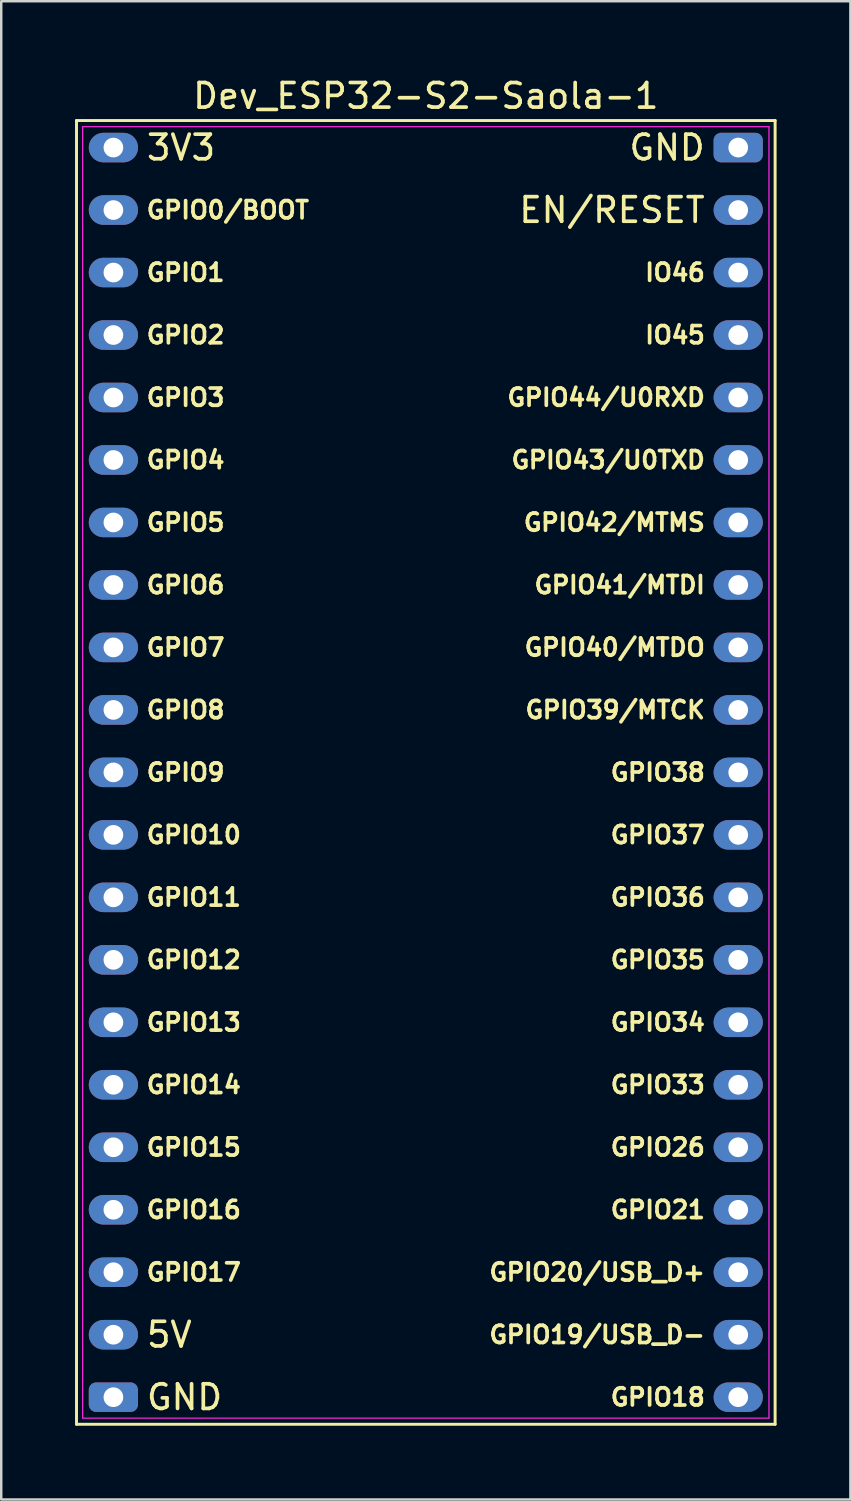
<source format=kicad_pcb>
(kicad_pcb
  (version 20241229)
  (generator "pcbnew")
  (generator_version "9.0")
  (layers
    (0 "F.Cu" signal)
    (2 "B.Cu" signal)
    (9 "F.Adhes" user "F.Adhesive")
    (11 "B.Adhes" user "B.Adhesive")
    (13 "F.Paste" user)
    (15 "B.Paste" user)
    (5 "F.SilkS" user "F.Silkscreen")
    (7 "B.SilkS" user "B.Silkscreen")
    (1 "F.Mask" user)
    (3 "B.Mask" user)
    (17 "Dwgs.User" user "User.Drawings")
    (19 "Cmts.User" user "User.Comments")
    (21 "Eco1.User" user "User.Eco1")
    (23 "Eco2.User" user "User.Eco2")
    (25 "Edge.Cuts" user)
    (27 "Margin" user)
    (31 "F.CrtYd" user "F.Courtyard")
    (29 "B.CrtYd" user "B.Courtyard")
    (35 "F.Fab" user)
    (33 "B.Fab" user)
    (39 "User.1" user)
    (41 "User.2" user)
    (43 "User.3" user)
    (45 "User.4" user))
  (footprint "Dev_ESP32-S2-Saola-1"
    (layer "F.Cu")
    (at 1.556 2.946)
    (property "Reference" "Dev_ESP32-S2-Saola-1" (at 12.704 -2.097 0) (layer "F.SilkS") (effects (font (size 1 1) (thickness 0.15))))
    (fp_line (start -1.496 51.903) (end 26.904 51.903) (stroke (width 0.12) (type solid)) (layer "F.SilkS"))
    (fp_line (start -1.496 -1.097) (end -1.496 51.903) (stroke (width 0.12) (type solid)) (layer "F.SilkS"))
    (fp_line (start 26.904 51.903) (end 26.904 -1.097) (stroke (width 0.12) (type solid)) (layer "F.SilkS"))
    (fp_line (start 26.904 -1.097) (end -1.496 -1.097) (stroke (width 0.12) (type solid)) (layer "F.SilkS"))
    (fp_line (start -1.246 -0.847) (end 26.654 -0.847) (stroke (width 0.05) (type solid)) (layer "F.CrtYd"))
    (fp_line (start -1.246 51.653) (end -1.246 -0.847) (stroke (width 0.05) (type solid)) (layer "F.CrtYd"))
    (fp_line (start 26.654 -0.847) (end 26.654 51.653) (stroke (width 0.05) (type solid)) (layer "F.CrtYd"))
    (fp_line (start 26.654 51.653) (end -1.246 51.653) (stroke (width 0.05) (type solid)) (layer "F.CrtYd"))
    (fp_text user "GPIO21" (at 24.134 43.183 0) (unlocked yes) (layer "F.SilkS") (effects (font (size 0.7 0.7) (thickness 0.15)) (justify right)))
    (fp_text user "EN/RESET" (at 24.134 2.543 0) (unlocked yes) (layer "F.SilkS") (effects (font (size 1 1) (thickness 0.15)) (justify right)))
    (fp_text user "GND" (at 24.134 0.003 0) (unlocked yes) (layer "F.SilkS") (effects (font (size 1 1) (thickness 0.15)) (justify right)))
    (fp_text user "GPIO14" (at 1.274 38.103 0) (unlocked yes) (layer "F.SilkS") (effects (font (size 0.7 0.7) (thickness 0.15)) (justify left)))
    (fp_text user "GPIO20/USB_D+" (at 24.134 45.723 0) (unlocked yes) (layer "F.SilkS") (effects (font (size 0.7 0.7) (thickness 0.15)) (justify right)))
    (fp_text user "GPIO11" (at 1.274 30.483 0) (unlocked yes) (layer "F.SilkS") (effects (font (size 0.7 0.7) (thickness 0.15)) (justify left)))
    (fp_text user "GPIO42/MTMS" (at 24.134 15.243 0) (unlocked yes) (layer "F.SilkS") (effects (font (size 0.7 0.7) (thickness 0.15)) (justify right)))
    (fp_text user "GPIO3" (at 1.274 10.163 0) (unlocked yes) (layer "F.SilkS") (effects (font (size 0.7 0.7) (thickness 0.15)) (justify left)))
    (fp_text user "IO45" (at 24.134 7.623 0) (unlocked yes) (layer "F.SilkS") (effects (font (size 0.7 0.7) (thickness 0.15)) (justify right)))
    (fp_text user "GPIO0/BOOT" (at 1.274 2.543 0) (unlocked yes) (layer "F.SilkS") (effects (font (size 0.7 0.7) (thickness 0.15)) (justify left)))
    (fp_text user "GPIO39/MTCK" (at 24.134 22.863 0) (unlocked yes) (layer "F.SilkS") (effects (font (size 0.7 0.7) (thickness 0.15)) (justify right)))
    (fp_text user "GPIO40/MTDO" (at 24.134 20.323 0) (unlocked yes) (layer "F.SilkS") (effects (font (size 0.7 0.7) (thickness 0.15)) (justify right)))
    (fp_text user "GPIO1" (at 1.274 5.083 0) (unlocked yes) (layer "F.SilkS") (effects (font (size 0.7 0.7) (thickness 0.15)) (justify left)))
    (fp_text user "GPIO41/MTDI" (at 24.134 17.783 0) (unlocked yes) (layer "F.SilkS") (effects (font (size 0.7 0.7) (thickness 0.15)) (justify right)))
    (fp_text user "GPIO34" (at 24.134 35.563 0) (unlocked yes) (layer "F.SilkS") (effects (font (size 0.7 0.7) (thickness 0.15)) (justify right)))
    (fp_text user "GPIO38" (at 24.134 25.403 0) (unlocked yes) (layer "F.SilkS") (effects (font (size 0.7 0.7) (thickness 0.15)) (justify right)))
    (fp_text user "GPIO12" (at 1.274 33.023 0) (unlocked yes) (layer "F.SilkS") (effects (font (size 0.7 0.7) (thickness 0.15)) (justify left)))
    (fp_text user "GPIO7" (at 1.274 20.323 0) (unlocked yes) (layer "F.SilkS") (effects (font (size 0.7 0.7) (thickness 0.15)) (justify left)))
    (fp_text user "GPIO16" (at 1.274 43.183 0) (unlocked yes) (layer "F.SilkS") (effects (font (size 0.7 0.7) (thickness 0.15)) (justify left)))
    (fp_text user "GPIO19/USB_D-" (at 24.134 48.263 0) (unlocked yes) (layer "F.SilkS") (effects (font (size 0.7 0.7) (thickness 0.15)) (justify right)))
    (fp_text user "GPIO33" (at 24.134 38.103 0) (unlocked yes) (layer "F.SilkS") (effects (font (size 0.7 0.7) (thickness 0.15)) (justify right)))
    (fp_text user "GPIO6" (at 1.274 17.783 0) (unlocked yes) (layer "F.SilkS") (effects (font (size 0.7 0.7) (thickness 0.15)) (justify left)))
    (fp_text user "GPIO4" (at 1.274 12.703 0) (unlocked yes) (layer "F.SilkS") (effects (font (size 0.7 0.7) (thickness 0.15)) (justify left)))
    (fp_text user "IO46" (at 24.134 5.083 0) (unlocked yes) (layer "F.SilkS") (effects (font (size 0.7 0.7) (thickness 0.15)) (justify right)))
    (fp_text user "GPIO5" (at 1.274 15.243 0) (unlocked yes) (layer "F.SilkS") (effects (font (size 0.7 0.7) (thickness 0.15)) (justify left)))
    (fp_text user "GPIO8" (at 1.274 22.863 0) (unlocked yes) (layer "F.SilkS") (effects (font (size 0.7 0.7) (thickness 0.15)) (justify left)))
    (fp_text user "GPIO37" (at 24.134 27.943 0) (unlocked yes) (layer "F.SilkS") (effects (font (size 0.7 0.7) (thickness 0.15)) (justify right)))
    (fp_text user "5V" (at 1.274 48.263 0) (unlocked yes) (layer "F.SilkS") (effects (font (size 1 1) (thickness 0.15)) (justify left)))
    (fp_text user "GPIO9" (at 1.274 25.403 0) (unlocked yes) (layer "F.SilkS") (effects (font (size 0.7 0.7) (thickness 0.15)) (justify left)))
    (fp_text user "GPIO18" (at 24.134 50.803 0) (unlocked yes) (layer "F.SilkS") (effects (font (size 0.7 0.7) (thickness 0.15)) (justify right)))
    (fp_text user "GPIO13" (at 1.274 35.563 0) (unlocked yes) (layer "F.SilkS") (effects (font (size 0.7 0.7) (thickness 0.15)) (justify left)))
    (fp_text user "GPIO26" (at 24.134 40.643 0) (unlocked yes) (layer "F.SilkS") (effects (font (size 0.7 0.7) (thickness 0.15)) (justify right)))
    (fp_text user "GPIO10" (at 1.274 27.943 0) (unlocked yes) (layer "F.SilkS") (effects (font (size 0.7 0.7) (thickness 0.15)) (justify left)))
    (fp_text user "GPIO15" (at 1.274 40.643 0) (unlocked yes) (layer "F.SilkS") (effects (font (size 0.7 0.7) (thickness 0.15)) (justify left)))
    (fp_text user "GPIO36" (at 24.134 30.483 0) (unlocked yes) (layer "F.SilkS") (effects (font (size 0.7 0.7) (thickness 0.15)) (justify right)))
    (fp_text user "GPIO44/U0RXD" (at 24.134 10.163 0) (unlocked yes) (layer "F.SilkS") (effects (font (size 0.7 0.7) (thickness 0.15)) (justify right)))
    (fp_text user "GPIO17" (at 1.274 45.723 0) (unlocked yes) (layer "F.SilkS") (effects (font (size 0.7 0.7) (thickness 0.15)) (justify left)))
    (fp_text user "GPIO35" (at 24.134 33.023 0) (unlocked yes) (layer "F.SilkS") (effects (font (size 0.7 0.7) (thickness 0.15)) (justify right)))
    (fp_text user "GND" (at 1.274 50.803 0) (unlocked yes) (layer "F.SilkS") (effects (font (size 1 1) (thickness 0.15)) (justify left)))
    (fp_text user "3V3" (at 1.274 0.003 0) (unlocked yes) (layer "F.SilkS") (effects (font (size 1 1) (thickness 0.15)) (justify left)))
    (fp_text user "GPIO2" (at 1.274 7.623 0) (unlocked yes) (layer "F.SilkS") (effects (font (size 0.7 0.7) (thickness 0.15)) (justify left)))
    (fp_text user "GPIO43/U0TXD" (at 24.134 12.703 0) (unlocked yes) (layer "F.SilkS") (effects (font (size 0.7 0.7) (thickness 0.15)) (justify right)))
    (pad "1" thru_hole oval (at 0.004 0.003 270) (size 1.2 2) (drill 0.8) (layers "*.Cu" "*.Mask"))
    (pad "2" thru_hole oval (at 0.004 2.543 270) (size 1.2 2) (drill 0.8) (layers "*.Cu" "*.Mask"))
    (pad "3" thru_hole oval (at 0.004 5.083 270) (size 1.2 2) (drill 0.8) (layers "*.Cu" "*.Mask"))
    (pad "4" thru_hole oval (at 0.004 7.623 270) (size 1.2 2) (drill 0.8) (layers "*.Cu" "*.Mask"))
    (pad "5" thru_hole oval (at 0.004 10.163 270) (size 1.2 2) (drill 0.8) (layers "*.Cu" "*.Mask"))
    (pad "6" thru_hole oval (at 0.004 12.703 270) (size 1.2 2) (drill 0.8) (layers "*.Cu" "*.Mask"))
    (pad "7" thru_hole oval (at 0.004 15.243 270) (size 1.2 2) (drill 0.8) (layers "*.Cu" "*.Mask"))
    (pad "8" thru_hole oval (at 0.004 17.783 270) (size 1.2 2) (drill 0.8) (layers "*.Cu" "*.Mask"))
    (pad "9" thru_hole oval (at 0.004 20.323 270) (size 1.2 2) (drill 0.8) (layers "*.Cu" "*.Mask"))
    (pad "10" thru_hole oval (at 0.004 22.863 270) (size 1.2 2) (drill 0.8) (layers "*.Cu" "*.Mask"))
    (pad "11" thru_hole oval (at 0.004 25.403 270) (size 1.2 2) (drill 0.8) (layers "*.Cu" "*.Mask"))
    (pad "12" thru_hole oval (at 0.004 27.943 270) (size 1.2 2) (drill 0.8) (layers "*.Cu" "*.Mask"))
    (pad "13" thru_hole oval (at 0.004 30.483 270) (size 1.2 2) (drill 0.8) (layers "*.Cu" "*.Mask"))
    (pad "14" thru_hole oval (at 0.004 33.023 270) (size 1.2 2) (drill 0.8) (layers "*.Cu" "*.Mask"))
    (pad "15" thru_hole oval (at 0.004 35.563 270) (size 1.2 2) (drill 0.8) (layers "*.Cu" "*.Mask"))
    (pad "16" thru_hole oval (at 0.004 38.103 270) (size 1.2 2) (drill 0.8) (layers "*.Cu" "*.Mask"))
    (pad "17" thru_hole oval (at 0.004 40.643 270) (size 1.2 2) (drill 0.8) (layers "*.Cu" "*.Mask"))
    (pad "18" thru_hole oval (at 0.004 43.183 270) (size 1.2 2) (drill 0.8) (layers "*.Cu" "*.Mask"))
    (pad "19" thru_hole oval (at 0.004 45.723 270) (size 1.2 2) (drill 0.8) (layers "*.Cu" "*.Mask"))
    (pad "20" thru_hole oval (at 0.004 48.263 270) (size 1.2 2) (drill 0.8) (layers "*.Cu" "*.Mask"))
    (pad "21" thru_hole roundrect (at 0.004 50.803 270) (size 1.2 2) (drill 0.8) (layers "*.Cu" "*.Mask") (roundrect_rratio 0.25))
    (pad "22" thru_hole oval (at 25.404 50.803 270) (size 1.2 2) (drill 0.8) (layers "*.Cu" "*.Mask"))
    (pad "23" thru_hole oval (at 25.404 48.263 270) (size 1.2 2) (drill 0.8) (layers "*.Cu" "*.Mask"))
    (pad "24" thru_hole oval (at 25.404 45.723 270) (size 1.2 2) (drill 0.8) (layers "*.Cu" "*.Mask"))
    (pad "25" thru_hole oval (at 25.404 43.183 270) (size 1.2 2) (drill 0.8) (layers "*.Cu" "*.Mask"))
    (pad "26" thru_hole oval (at 25.404 40.643 270) (size 1.2 2) (drill 0.8) (layers "*.Cu" "*.Mask"))
    (pad "27" thru_hole oval (at 25.404 38.103 270) (size 1.2 2) (drill 0.8) (layers "*.Cu" "*.Mask"))
    (pad "28" thru_hole oval (at 25.404 35.563 270) (size 1.2 2) (drill 0.8) (layers "*.Cu" "*.Mask"))
    (pad "29" thru_hole oval (at 25.404 33.023 270) (size 1.2 2) (drill 0.8) (layers "*.Cu" "*.Mask"))
    (pad "30" thru_hole oval (at 25.404 30.483 270) (size 1.2 2) (drill 0.8) (layers "*.Cu" "*.Mask"))
    (pad "31" thru_hole oval (at 25.404 27.943 270) (size 1.2 2) (drill 0.8) (layers "*.Cu" "*.Mask"))
    (pad "32" thru_hole oval (at 25.404 25.403 270) (size 1.2 2) (drill 0.8) (layers "*.Cu" "*.Mask"))
    (pad "33" thru_hole oval (at 25.404 22.863 270) (size 1.2 2) (drill 0.8) (layers "*.Cu" "*.Mask"))
    (pad "34" thru_hole oval (at 25.404 20.323 270) (size 1.2 2) (drill 0.8) (layers "*.Cu" "*.Mask"))
    (pad "35" thru_hole oval (at 25.404 17.783 270) (size 1.2 2) (drill 0.8) (layers "*.Cu" "*.Mask"))
    (pad "36" thru_hole oval (at 25.404 15.243 270) (size 1.2 2) (drill 0.8) (layers "*.Cu" "*.Mask"))
    (pad "37" thru_hole oval (at 25.404 12.703 270) (size 1.2 2) (drill 0.8) (layers "*.Cu" "*.Mask"))
    (pad "38" thru_hole oval (at 25.404 10.163 270) (size 1.2 2) (drill 0.8) (layers "*.Cu" "*.Mask"))
    (pad "39" thru_hole oval (at 25.404 7.623 270) (size 1.2 2) (drill 0.8) (layers "*.Cu" "*.Mask"))
    (pad "40" thru_hole oval (at 25.404 5.083 270) (size 1.2 2) (drill 0.8) (layers "*.Cu" "*.Mask"))
    (pad "41" thru_hole oval (at 25.404 2.543 270) (size 1.2 2) (drill 0.8) (layers "*.Cu" "*.Mask"))
    (pad "42" thru_hole roundrect (at 25.404 0.003 270) (size 1.2 2) (drill 0.8) (layers "*.Cu" "*.Mask") (roundrect_rratio 0.25)))
  (gr_rect
    (start -3 -3)
    (end 31.52 57.908)
    (stroke (width 0.1) (type default))
    (fill no)
    (layer "Edge.Cuts")))
</source>
